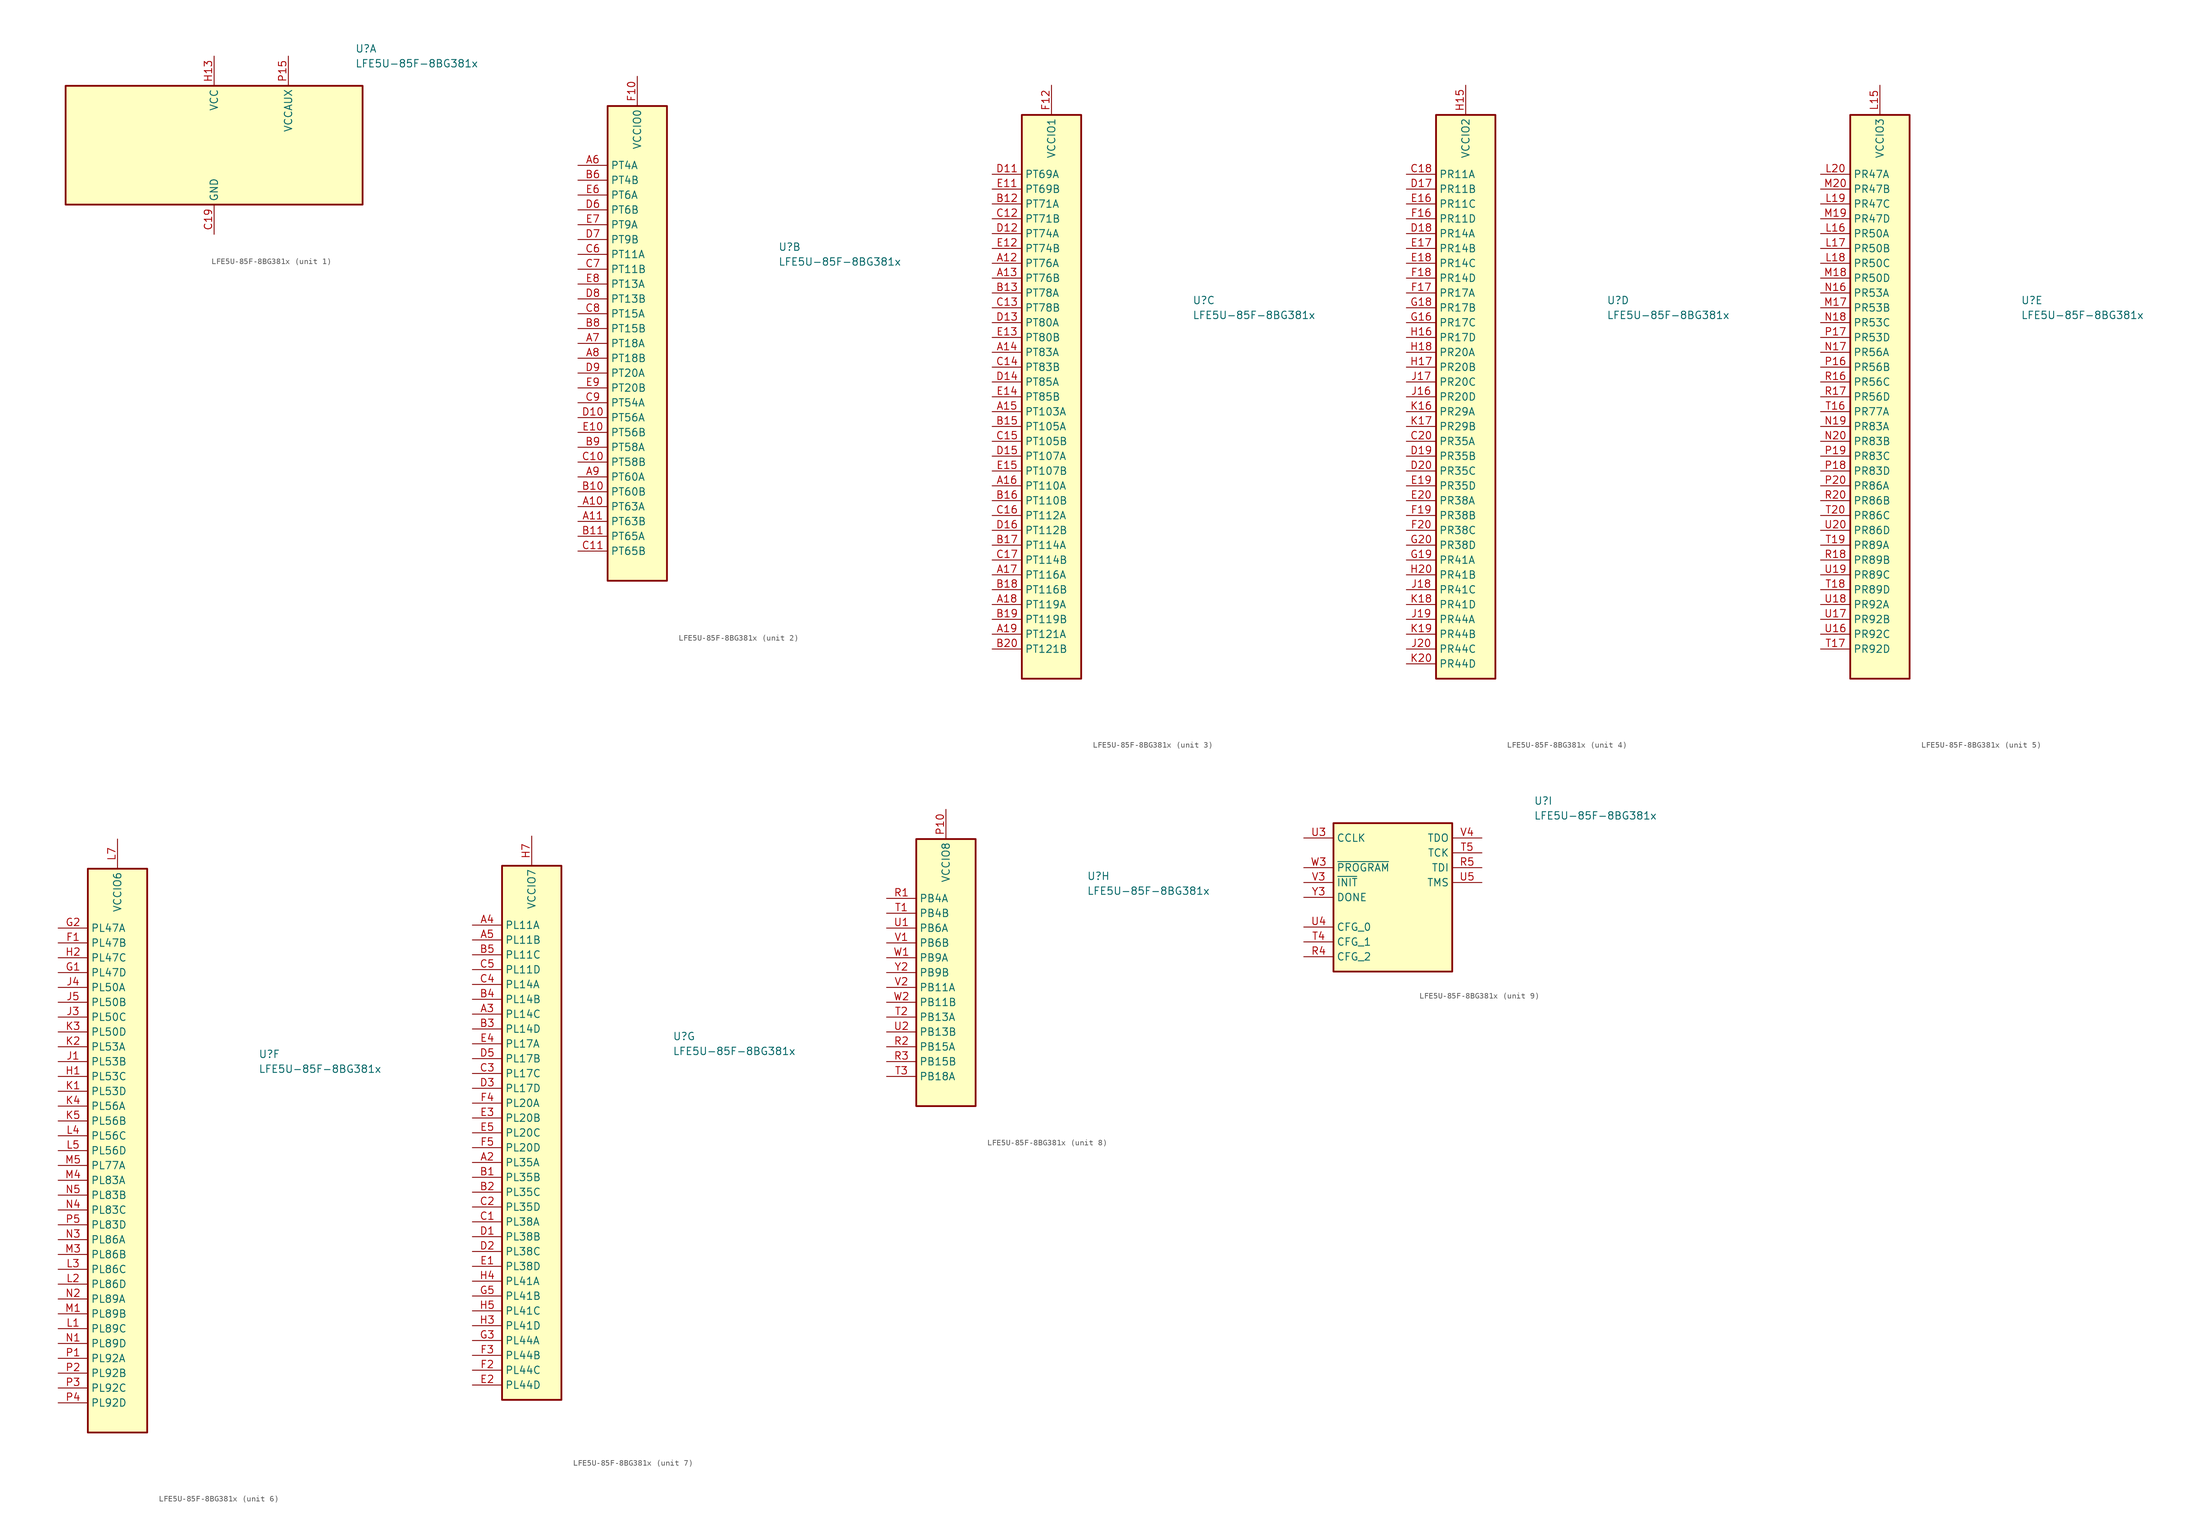
<source format=kicad_sym>
(kicad_symbol_lib
  (version 20241209)
  (generator "kicad_symbol_editor")
  (generator_version "9.0")
  (symbol "LFE5U-85F-8BG381x"
    (property "Reference" "U"
      (at 24.13 16.51 0)
      (effects (font (size 1.27 1.27)) (justify left)))
    (property "Value" "LFE5U-85F-8BG381x"
      (at 24.13 13.97 0)
      (effects (font (size 1.27 1.27)) (justify left)))
    (property "ki_locked" ""
      (at 0 0 0)
      (effects (font (size 1.27 1.27))))
    (symbol "LFE5U-85F-8BG381x_1_1"
      (rectangle (start -25.4 10.16) (end 25.4 -10.16) (stroke (width 0.305) (type default)) (fill (type background)))
      (pin no_connect line (at -25.4 2.54 0) (length 5.08) (hide yes) (name "RESERVED" (effects (font (size 1.27 1.27)))) (number "W4" (effects (font (size 1.27 1.27)))))
      (pin no_connect line (at -25.4 0 0) (length 5.08) (hide yes) (name "RESERVED" (effects (font (size 1.27 1.27)))) (number "W5" (effects (font (size 1.27 1.27)))))
      (pin no_connect line (at -25.4 -2.54 0) (length 5.08) (hide yes) (name "RESERVED" (effects (font (size 1.27 1.27)))) (number "W8" (effects (font (size 1.27 1.27)))))
      (pin no_connect line (at -25.4 -5.08 0) (length 5.08) (hide yes) (name "RESERVED" (effects (font (size 1.27 1.27)))) (number "W9" (effects (font (size 1.27 1.27)))))
      (pin passive line (at 0 15.24 270) (length 5.08) (hide yes) (name "VCC" (effects (font (size 1.27 1.27)))) (number "H10" (effects (font (size 1.27 1.27)))))
      (pin passive line (at 0 15.24 270) (length 5.08) (hide yes) (name "VCC" (effects (font (size 1.27 1.27)))) (number "H11" (effects (font (size 1.27 1.27)))))
      (pin passive line (at 0 15.24 270) (length 5.08) (hide yes) (name "VCC" (effects (font (size 1.27 1.27)))) (number "H12" (effects (font (size 1.27 1.27)))))
      (pin power_in line (at 0 15.24 270) (length 5.08) (name "VCC" (effects (font (size 1.27 1.27)))) (number "H13" (effects (font (size 1.27 1.27)))))
      (pin passive line (at 0 15.24 270) (length 5.08) (hide yes) (name "VCC" (effects (font (size 1.27 1.27)))) (number "H8" (effects (font (size 1.27 1.27)))))
      (pin passive line (at 0 15.24 270) (length 5.08) (hide yes) (name "VCC" (effects (font (size 1.27 1.27)))) (number "H9" (effects (font (size 1.27 1.27)))))
      (pin passive line (at 0 15.24 270) (length 5.08) (hide yes) (name "VCC" (effects (font (size 1.27 1.27)))) (number "J13" (effects (font (size 1.27 1.27)))))
      (pin passive line (at 0 15.24 270) (length 5.08) (hide yes) (name "VCC" (effects (font (size 1.27 1.27)))) (number "J8" (effects (font (size 1.27 1.27)))))
      (pin passive line (at 0 15.24 270) (length 5.08) (hide yes) (name "VCC" (effects (font (size 1.27 1.27)))) (number "K13" (effects (font (size 1.27 1.27)))))
      (pin passive line (at 0 15.24 270) (length 5.08) (hide yes) (name "VCC" (effects (font (size 1.27 1.27)))) (number "K8" (effects (font (size 1.27 1.27)))))
      (pin passive line (at 0 15.24 270) (length 5.08) (hide yes) (name "VCC" (effects (font (size 1.27 1.27)))) (number "L13" (effects (font (size 1.27 1.27)))))
      (pin passive line (at 0 15.24 270) (length 5.08) (hide yes) (name "VCC" (effects (font (size 1.27 1.27)))) (number "L8" (effects (font (size 1.27 1.27)))))
      (pin passive line (at 0 15.24 270) (length 5.08) (hide yes) (name "VCC" (effects (font (size 1.27 1.27)))) (number "M13" (effects (font (size 1.27 1.27)))))
      (pin passive line (at 0 15.24 270) (length 5.08) (hide yes) (name "VCC" (effects (font (size 1.27 1.27)))) (number "M8" (effects (font (size 1.27 1.27)))))
      (pin passive line (at 0 15.24 270) (length 5.08) (hide yes) (name "VCC" (effects (font (size 1.27 1.27)))) (number "N10" (effects (font (size 1.27 1.27)))))
      (pin passive line (at 0 15.24 270) (length 5.08) (hide yes) (name "VCC" (effects (font (size 1.27 1.27)))) (number "N11" (effects (font (size 1.27 1.27)))))
      (pin passive line (at 0 15.24 270) (length 5.08) (hide yes) (name "VCC" (effects (font (size 1.27 1.27)))) (number "N12" (effects (font (size 1.27 1.27)))))
      (pin passive line (at 0 15.24 270) (length 5.08) (hide yes) (name "VCC" (effects (font (size 1.27 1.27)))) (number "N13" (effects (font (size 1.27 1.27)))))
      (pin passive line (at 0 15.24 270) (length 5.08) (hide yes) (name "VCC" (effects (font (size 1.27 1.27)))) (number "N8" (effects (font (size 1.27 1.27)))))
      (pin passive line (at 0 15.24 270) (length 5.08) (hide yes) (name "VCC" (effects (font (size 1.27 1.27)))) (number "N9" (effects (font (size 1.27 1.27)))))
      (pin passive line (at 0 -15.24 90) (length 5.08) (hide yes) (name "GND" (effects (font (size 1.27 1.27)))) (number "B14" (effects (font (size 1.27 1.27)))))
      (pin passive line (at 0 -15.24 90) (length 5.08) (hide yes) (name "GND" (effects (font (size 1.27 1.27)))) (number "B7" (effects (font (size 1.27 1.27)))))
      (pin power_in line (at 0 -15.24 90) (length 5.08) (name "GND" (effects (font (size 1.27 1.27)))) (number "C19" (effects (font (size 1.27 1.27)))))
      (pin passive line (at 0 -15.24 90) (length 5.08) (hide yes) (name "GND" (effects (font (size 1.27 1.27)))) (number "D4" (effects (font (size 1.27 1.27)))))
      (pin passive line (at 0 -15.24 90) (length 5.08) (hide yes) (name "GND" (effects (font (size 1.27 1.27)))) (number "F13" (effects (font (size 1.27 1.27)))))
      (pin passive line (at 0 -15.24 90) (length 5.08) (hide yes) (name "GND" (effects (font (size 1.27 1.27)))) (number "F14" (effects (font (size 1.27 1.27)))))
      (pin passive line (at 0 -15.24 90) (length 5.08) (hide yes) (name "GND" (effects (font (size 1.27 1.27)))) (number "F7" (effects (font (size 1.27 1.27)))))
      (pin passive line (at 0 -15.24 90) (length 5.08) (hide yes) (name "GND" (effects (font (size 1.27 1.27)))) (number "F8" (effects (font (size 1.27 1.27)))))
      (pin passive line (at 0 -15.24 90) (length 5.08) (hide yes) (name "GND" (effects (font (size 1.27 1.27)))) (number "G10" (effects (font (size 1.27 1.27)))))
      (pin passive line (at 0 -15.24 90) (length 5.08) (hide yes) (name "GND" (effects (font (size 1.27 1.27)))) (number "G11" (effects (font (size 1.27 1.27)))))
      (pin passive line (at 0 -15.24 90) (length 5.08) (hide yes) (name "GND" (effects (font (size 1.27 1.27)))) (number "G12" (effects (font (size 1.27 1.27)))))
      (pin passive line (at 0 -15.24 90) (length 5.08) (hide yes) (name "GND" (effects (font (size 1.27 1.27)))) (number "G13" (effects (font (size 1.27 1.27)))))
      (pin passive line (at 0 -15.24 90) (length 5.08) (hide yes) (name "GND" (effects (font (size 1.27 1.27)))) (number "G14" (effects (font (size 1.27 1.27)))))
      (pin passive line (at 0 -15.24 90) (length 5.08) (hide yes) (name "GND" (effects (font (size 1.27 1.27)))) (number "G15" (effects (font (size 1.27 1.27)))))
      (pin passive line (at 0 -15.24 90) (length 5.08) (hide yes) (name "GND" (effects (font (size 1.27 1.27)))) (number "G17" (effects (font (size 1.27 1.27)))))
      (pin passive line (at 0 -15.24 90) (length 5.08) (hide yes) (name "GND" (effects (font (size 1.27 1.27)))) (number "G4" (effects (font (size 1.27 1.27)))))
      (pin passive line (at 0 -15.24 90) (length 5.08) (hide yes) (name "GND" (effects (font (size 1.27 1.27)))) (number "G6" (effects (font (size 1.27 1.27)))))
      (pin passive line (at 0 -15.24 90) (length 5.08) (hide yes) (name "GND" (effects (font (size 1.27 1.27)))) (number "G7" (effects (font (size 1.27 1.27)))))
      (pin passive line (at 0 -15.24 90) (length 5.08) (hide yes) (name "GND" (effects (font (size 1.27 1.27)))) (number "G8" (effects (font (size 1.27 1.27)))))
      (pin passive line (at 0 -15.24 90) (length 5.08) (hide yes) (name "GND" (effects (font (size 1.27 1.27)))) (number "G9" (effects (font (size 1.27 1.27)))))
      (pin passive line (at 0 -15.24 90) (length 5.08) (hide yes) (name "GND" (effects (font (size 1.27 1.27)))) (number "H19" (effects (font (size 1.27 1.27)))))
      (pin passive line (at 0 -15.24 90) (length 5.08) (hide yes) (name "GND" (effects (font (size 1.27 1.27)))) (number "J10" (effects (font (size 1.27 1.27)))))
      (pin passive line (at 0 -15.24 90) (length 5.08) (hide yes) (name "GND" (effects (font (size 1.27 1.27)))) (number "J11" (effects (font (size 1.27 1.27)))))
      (pin passive line (at 0 -15.24 90) (length 5.08) (hide yes) (name "GND" (effects (font (size 1.27 1.27)))) (number "J12" (effects (font (size 1.27 1.27)))))
      (pin passive line (at 0 -15.24 90) (length 5.08) (hide yes) (name "GND" (effects (font (size 1.27 1.27)))) (number "J14" (effects (font (size 1.27 1.27)))))
      (pin passive line (at 0 -15.24 90) (length 5.08) (hide yes) (name "GND" (effects (font (size 1.27 1.27)))) (number "J2" (effects (font (size 1.27 1.27)))))
      (pin passive line (at 0 -15.24 90) (length 5.08) (hide yes) (name "GND" (effects (font (size 1.27 1.27)))) (number "J7" (effects (font (size 1.27 1.27)))))
      (pin passive line (at 0 -15.24 90) (length 5.08) (hide yes) (name "GND" (effects (font (size 1.27 1.27)))) (number "J9" (effects (font (size 1.27 1.27)))))
      (pin passive line (at 0 -15.24 90) (length 5.08) (hide yes) (name "GND" (effects (font (size 1.27 1.27)))) (number "K10" (effects (font (size 1.27 1.27)))))
      (pin passive line (at 0 -15.24 90) (length 5.08) (hide yes) (name "GND" (effects (font (size 1.27 1.27)))) (number "K11" (effects (font (size 1.27 1.27)))))
      (pin passive line (at 0 -15.24 90) (length 5.08) (hide yes) (name "GND" (effects (font (size 1.27 1.27)))) (number "K12" (effects (font (size 1.27 1.27)))))
      (pin passive line (at 0 -15.24 90) (length 5.08) (hide yes) (name "GND" (effects (font (size 1.27 1.27)))) (number "K14" (effects (font (size 1.27 1.27)))))
      (pin passive line (at 0 -15.24 90) (length 5.08) (hide yes) (name "GND" (effects (font (size 1.27 1.27)))) (number "K15" (effects (font (size 1.27 1.27)))))
      (pin passive line (at 0 -15.24 90) (length 5.08) (hide yes) (name "GND" (effects (font (size 1.27 1.27)))) (number "K6" (effects (font (size 1.27 1.27)))))
      (pin passive line (at 0 -15.24 90) (length 5.08) (hide yes) (name "GND" (effects (font (size 1.27 1.27)))) (number "K7" (effects (font (size 1.27 1.27)))))
      (pin passive line (at 0 -15.24 90) (length 5.08) (hide yes) (name "GND" (effects (font (size 1.27 1.27)))) (number "K9" (effects (font (size 1.27 1.27)))))
      (pin passive line (at 0 -15.24 90) (length 5.08) (hide yes) (name "GND" (effects (font (size 1.27 1.27)))) (number "L10" (effects (font (size 1.27 1.27)))))
      (pin passive line (at 0 -15.24 90) (length 5.08) (hide yes) (name "GND" (effects (font (size 1.27 1.27)))) (number "L11" (effects (font (size 1.27 1.27)))))
      (pin passive line (at 0 -15.24 90) (length 5.08) (hide yes) (name "GND" (effects (font (size 1.27 1.27)))) (number "L12" (effects (font (size 1.27 1.27)))))
      (pin passive line (at 0 -15.24 90) (length 5.08) (hide yes) (name "GND" (effects (font (size 1.27 1.27)))) (number "L9" (effects (font (size 1.27 1.27)))))
      (pin passive line (at 0 -15.24 90) (length 5.08) (hide yes) (name "GND" (effects (font (size 1.27 1.27)))) (number "M10" (effects (font (size 1.27 1.27)))))
      (pin passive line (at 0 -15.24 90) (length 5.08) (hide yes) (name "GND" (effects (font (size 1.27 1.27)))) (number "M11" (effects (font (size 1.27 1.27)))))
      (pin passive line (at 0 -15.24 90) (length 5.08) (hide yes) (name "GND" (effects (font (size 1.27 1.27)))) (number "M12" (effects (font (size 1.27 1.27)))))
      (pin passive line (at 0 -15.24 90) (length 5.08) (hide yes) (name "GND" (effects (font (size 1.27 1.27)))) (number "M14" (effects (font (size 1.27 1.27)))))
      (pin passive line (at 0 -15.24 90) (length 5.08) (hide yes) (name "GND" (effects (font (size 1.27 1.27)))) (number "M16" (effects (font (size 1.27 1.27)))))
      (pin passive line (at 0 -15.24 90) (length 5.08) (hide yes) (name "GND" (effects (font (size 1.27 1.27)))) (number "M2" (effects (font (size 1.27 1.27)))))
      (pin passive line (at 0 -15.24 90) (length 5.08) (hide yes) (name "GND" (effects (font (size 1.27 1.27)))) (number "M7" (effects (font (size 1.27 1.27)))))
      (pin passive line (at 0 -15.24 90) (length 5.08) (hide yes) (name "GND" (effects (font (size 1.27 1.27)))) (number "M9" (effects (font (size 1.27 1.27)))))
      (pin passive line (at 0 -15.24 90) (length 5.08) (hide yes) (name "GND" (effects (font (size 1.27 1.27)))) (number "N14" (effects (font (size 1.27 1.27)))))
      (pin passive line (at 0 -15.24 90) (length 5.08) (hide yes) (name "GND" (effects (font (size 1.27 1.27)))) (number "N15" (effects (font (size 1.27 1.27)))))
      (pin passive line (at 0 -15.24 90) (length 5.08) (hide yes) (name "GND" (effects (font (size 1.27 1.27)))) (number "N6" (effects (font (size 1.27 1.27)))))
      (pin passive line (at 0 -15.24 90) (length 5.08) (hide yes) (name "GND" (effects (font (size 1.27 1.27)))) (number "N7" (effects (font (size 1.27 1.27)))))
      (pin passive line (at 0 -15.24 90) (length 5.08) (hide yes) (name "GND" (effects (font (size 1.27 1.27)))) (number "P11" (effects (font (size 1.27 1.27)))))
      (pin passive line (at 0 -15.24 90) (length 5.08) (hide yes) (name "GND" (effects (font (size 1.27 1.27)))) (number "P12" (effects (font (size 1.27 1.27)))))
      (pin passive line (at 0 -15.24 90) (length 5.08) (hide yes) (name "GND" (effects (font (size 1.27 1.27)))) (number "P13" (effects (font (size 1.27 1.27)))))
      (pin passive line (at 0 -15.24 90) (length 5.08) (hide yes) (name "GND" (effects (font (size 1.27 1.27)))) (number "P14" (effects (font (size 1.27 1.27)))))
      (pin passive line (at 0 -15.24 90) (length 5.08) (hide yes) (name "GND" (effects (font (size 1.27 1.27)))) (number "P7" (effects (font (size 1.27 1.27)))))
      (pin passive line (at 0 -15.24 90) (length 5.08) (hide yes) (name "GND" (effects (font (size 1.27 1.27)))) (number "P8" (effects (font (size 1.27 1.27)))))
      (pin passive line (at 0 -15.24 90) (length 5.08) (hide yes) (name "GND" (effects (font (size 1.27 1.27)))) (number "R19" (effects (font (size 1.27 1.27)))))
      (pin passive line (at 0 -15.24 90) (length 5.08) (hide yes) (name "GND" (effects (font (size 1.27 1.27)))) (number "T10" (effects (font (size 1.27 1.27)))))
      (pin passive line (at 0 -15.24 90) (length 5.08) (hide yes) (name "GND" (effects (font (size 1.27 1.27)))) (number "T11" (effects (font (size 1.27 1.27)))))
      (pin passive line (at 0 -15.24 90) (length 5.08) (hide yes) (name "GND" (effects (font (size 1.27 1.27)))) (number "T12" (effects (font (size 1.27 1.27)))))
      (pin passive line (at 0 -15.24 90) (length 5.08) (hide yes) (name "GND" (effects (font (size 1.27 1.27)))) (number "T13" (effects (font (size 1.27 1.27)))))
      (pin passive line (at 0 -15.24 90) (length 5.08) (hide yes) (name "GND" (effects (font (size 1.27 1.27)))) (number "T14" (effects (font (size 1.27 1.27)))))
      (pin passive line (at 0 -15.24 90) (length 5.08) (hide yes) (name "GND" (effects (font (size 1.27 1.27)))) (number "T15" (effects (font (size 1.27 1.27)))))
      (pin passive line (at 0 -15.24 90) (length 5.08) (hide yes) (name "GND" (effects (font (size 1.27 1.27)))) (number "T6" (effects (font (size 1.27 1.27)))))
      (pin passive line (at 0 -15.24 90) (length 5.08) (hide yes) (name "GND" (effects (font (size 1.27 1.27)))) (number "T7" (effects (font (size 1.27 1.27)))))
      (pin passive line (at 0 -15.24 90) (length 5.08) (hide yes) (name "GND" (effects (font (size 1.27 1.27)))) (number "T8" (effects (font (size 1.27 1.27)))))
      (pin passive line (at 0 -15.24 90) (length 5.08) (hide yes) (name "GND" (effects (font (size 1.27 1.27)))) (number "T9" (effects (font (size 1.27 1.27)))))
      (pin passive line (at 0 -15.24 90) (length 5.08) (hide yes) (name "GND" (effects (font (size 1.27 1.27)))) (number "U10" (effects (font (size 1.27 1.27)))))
      (pin passive line (at 0 -15.24 90) (length 5.08) (hide yes) (name "GND" (effects (font (size 1.27 1.27)))) (number "U11" (effects (font (size 1.27 1.27)))))
      (pin passive line (at 0 -15.24 90) (length 5.08) (hide yes) (name "GND" (effects (font (size 1.27 1.27)))) (number "U12" (effects (font (size 1.27 1.27)))))
      (pin passive line (at 0 -15.24 90) (length 5.08) (hide yes) (name "GND" (effects (font (size 1.27 1.27)))) (number "U13" (effects (font (size 1.27 1.27)))))
      (pin passive line (at 0 -15.24 90) (length 5.08) (hide yes) (name "GND" (effects (font (size 1.27 1.27)))) (number "U14" (effects (font (size 1.27 1.27)))))
      (pin passive line (at 0 -15.24 90) (length 5.08) (hide yes) (name "GND" (effects (font (size 1.27 1.27)))) (number "U15" (effects (font (size 1.27 1.27)))))
      (pin passive line (at 0 -15.24 90) (length 5.08) (hide yes) (name "GND" (effects (font (size 1.27 1.27)))) (number "U6" (effects (font (size 1.27 1.27)))))
      (pin passive line (at 0 -15.24 90) (length 5.08) (hide yes) (name "GND" (effects (font (size 1.27 1.27)))) (number "U7" (effects (font (size 1.27 1.27)))))
      (pin passive line (at 0 -15.24 90) (length 5.08) (hide yes) (name "GND" (effects (font (size 1.27 1.27)))) (number "U8" (effects (font (size 1.27 1.27)))))
      (pin passive line (at 0 -15.24 90) (length 5.08) (hide yes) (name "GND" (effects (font (size 1.27 1.27)))) (number "U9" (effects (font (size 1.27 1.27)))))
      (pin passive line (at 0 -15.24 90) (length 5.08) (hide yes) (name "GND" (effects (font (size 1.27 1.27)))) (number "V10" (effects (font (size 1.27 1.27)))))
      (pin passive line (at 0 -15.24 90) (length 5.08) (hide yes) (name "GND" (effects (font (size 1.27 1.27)))) (number "V11" (effects (font (size 1.27 1.27)))))
      (pin passive line (at 0 -15.24 90) (length 5.08) (hide yes) (name "GND" (effects (font (size 1.27 1.27)))) (number "V12" (effects (font (size 1.27 1.27)))))
      (pin passive line (at 0 -15.24 90) (length 5.08) (hide yes) (name "GND" (effects (font (size 1.27 1.27)))) (number "V13" (effects (font (size 1.27 1.27)))))
      (pin passive line (at 0 -15.24 90) (length 5.08) (hide yes) (name "GND" (effects (font (size 1.27 1.27)))) (number "V14" (effects (font (size 1.27 1.27)))))
      (pin passive line (at 0 -15.24 90) (length 5.08) (hide yes) (name "GND" (effects (font (size 1.27 1.27)))) (number "V15" (effects (font (size 1.27 1.27)))))
      (pin passive line (at 0 -15.24 90) (length 5.08) (hide yes) (name "GND" (effects (font (size 1.27 1.27)))) (number "V16" (effects (font (size 1.27 1.27)))))
      (pin passive line (at 0 -15.24 90) (length 5.08) (hide yes) (name "GND" (effects (font (size 1.27 1.27)))) (number "V17" (effects (font (size 1.27 1.27)))))
      (pin passive line (at 0 -15.24 90) (length 5.08) (hide yes) (name "GND" (effects (font (size 1.27 1.27)))) (number "V18" (effects (font (size 1.27 1.27)))))
      (pin passive line (at 0 -15.24 90) (length 5.08) (hide yes) (name "GND" (effects (font (size 1.27 1.27)))) (number "V19" (effects (font (size 1.27 1.27)))))
      (pin passive line (at 0 -15.24 90) (length 5.08) (hide yes) (name "GND" (effects (font (size 1.27 1.27)))) (number "V20" (effects (font (size 1.27 1.27)))))
      (pin passive line (at 0 -15.24 90) (length 5.08) (hide yes) (name "GND" (effects (font (size 1.27 1.27)))) (number "V5" (effects (font (size 1.27 1.27)))))
      (pin passive line (at 0 -15.24 90) (length 5.08) (hide yes) (name "GND" (effects (font (size 1.27 1.27)))) (number "V6" (effects (font (size 1.27 1.27)))))
      (pin passive line (at 0 -15.24 90) (length 5.08) (hide yes) (name "GND" (effects (font (size 1.27 1.27)))) (number "V7" (effects (font (size 1.27 1.27)))))
      (pin passive line (at 0 -15.24 90) (length 5.08) (hide yes) (name "GND" (effects (font (size 1.27 1.27)))) (number "V8" (effects (font (size 1.27 1.27)))))
      (pin passive line (at 0 -15.24 90) (length 5.08) (hide yes) (name "GND" (effects (font (size 1.27 1.27)))) (number "V9" (effects (font (size 1.27 1.27)))))
      (pin passive line (at 0 -15.24 90) (length 5.08) (hide yes) (name "GND" (effects (font (size 1.27 1.27)))) (number "W12" (effects (font (size 1.27 1.27)))))
      (pin passive line (at 0 -15.24 90) (length 5.08) (hide yes) (name "GND" (effects (font (size 1.27 1.27)))) (number "W15" (effects (font (size 1.27 1.27)))))
      (pin passive line (at 0 -15.24 90) (length 5.08) (hide yes) (name "GND" (effects (font (size 1.27 1.27)))) (number "W16" (effects (font (size 1.27 1.27)))))
      (pin passive line (at 0 -15.24 90) (length 5.08) (hide yes) (name "GND" (effects (font (size 1.27 1.27)))) (number "W19" (effects (font (size 1.27 1.27)))))
      (pin passive line (at 0 -15.24 90) (length 5.08) (hide yes) (name "GND" (effects (font (size 1.27 1.27)))) (number "W20" (effects (font (size 1.27 1.27)))))
      (pin passive line (at 0 -15.24 90) (length 5.08) (hide yes) (name "GND" (effects (font (size 1.27 1.27)))) (number "W6" (effects (font (size 1.27 1.27)))))
      (pin passive line (at 0 -15.24 90) (length 5.08) (hide yes) (name "GND" (effects (font (size 1.27 1.27)))) (number "W7" (effects (font (size 1.27 1.27)))))
      (pin passive line (at 0 -15.24 90) (length 5.08) (hide yes) (name "GND" (effects (font (size 1.27 1.27)))) (number "Y11" (effects (font (size 1.27 1.27)))))
      (pin passive line (at 0 -15.24 90) (length 5.08) (hide yes) (name "GND" (effects (font (size 1.27 1.27)))) (number "Y12" (effects (font (size 1.27 1.27)))))
      (pin passive line (at 0 -15.24 90) (length 5.08) (hide yes) (name "GND" (effects (font (size 1.27 1.27)))) (number "Y14" (effects (font (size 1.27 1.27)))))
      (pin passive line (at 0 -15.24 90) (length 5.08) (hide yes) (name "GND" (effects (font (size 1.27 1.27)))) (number "Y15" (effects (font (size 1.27 1.27)))))
      (pin passive line (at 0 -15.24 90) (length 5.08) (hide yes) (name "GND" (effects (font (size 1.27 1.27)))) (number "Y16" (effects (font (size 1.27 1.27)))))
      (pin passive line (at 0 -15.24 90) (length 5.08) (hide yes) (name "GND" (effects (font (size 1.27 1.27)))) (number "Y17" (effects (font (size 1.27 1.27)))))
      (pin passive line (at 0 -15.24 90) (length 5.08) (hide yes) (name "GND" (effects (font (size 1.27 1.27)))) (number "Y19" (effects (font (size 1.27 1.27)))))
      (pin passive line (at 0 -15.24 90) (length 5.08) (hide yes) (name "GND" (effects (font (size 1.27 1.27)))) (number "Y5" (effects (font (size 1.27 1.27)))))
      (pin passive line (at 0 -15.24 90) (length 5.08) (hide yes) (name "GND" (effects (font (size 1.27 1.27)))) (number "Y6" (effects (font (size 1.27 1.27)))))
      (pin passive line (at 0 -15.24 90) (length 5.08) (hide yes) (name "GND" (effects (font (size 1.27 1.27)))) (number "Y7" (effects (font (size 1.27 1.27)))))
      (pin passive line (at 0 -15.24 90) (length 5.08) (hide yes) (name "GND" (effects (font (size 1.27 1.27)))) (number "Y8" (effects (font (size 1.27 1.27)))))
      (pin passive line (at 12.7 15.24 270) (length 5.08) (hide yes) (name "VCCAUX" (effects (font (size 1.27 1.27)))) (number "F15" (effects (font (size 1.27 1.27)))))
      (pin passive line (at 12.7 15.24 270) (length 5.08) (hide yes) (name "VCCAUX" (effects (font (size 1.27 1.27)))) (number "F6" (effects (font (size 1.27 1.27)))))
      (pin power_in line (at 12.7 15.24 270) (length 5.08) (name "VCCAUX" (effects (font (size 1.27 1.27)))) (number "P15" (effects (font (size 1.27 1.27)))))
      (pin passive line (at 12.7 15.24 270) (length 5.08) (hide yes) (name "VCCAUX" (effects (font (size 1.27 1.27)))) (number "P6" (effects (font (size 1.27 1.27)))))
      (pin no_connect line (at 25.4 2.54 180) (length 5.08) (hide yes) (name "RESERVED" (effects (font (size 1.27 1.27)))) (number "W18" (effects (font (size 1.27 1.27)))))
      (pin no_connect line (at 25.4 0 180) (length 5.08) (hide yes) (name "RESERVED" (effects (font (size 1.27 1.27)))) (number "W17" (effects (font (size 1.27 1.27)))))
      (pin no_connect line (at 25.4 -2.54 180) (length 5.08) (hide yes) (name "RESERVED" (effects (font (size 1.27 1.27)))) (number "W14" (effects (font (size 1.27 1.27)))))
      (pin no_connect line (at 25.4 -5.08 180) (length 5.08) (hide yes) (name "RESERVED" (effects (font (size 1.27 1.27)))) (number "W13" (effects (font (size 1.27 1.27))))))
    (symbol "LFE5U-85F-8BG381x_2_1"
      (rectangle (start -5.08 40.64) (end 5.08 -40.64) (stroke (width 0.305) (type default)) (fill (type background)))
      (pin bidirectional line (at -10.16 30.48 0) (length 5.08) (name "PT4A" (effects (font (size 1.27 1.27)))) (number "A6" (effects (font (size 1.27 1.27)))))
      (pin bidirectional line (at -10.16 27.94 0) (length 5.08) (name "PT4B" (effects (font (size 1.27 1.27)))) (number "B6" (effects (font (size 1.27 1.27)))))
      (pin bidirectional line (at -10.16 25.4 0) (length 5.08) (name "PT6A" (effects (font (size 1.27 1.27)))) (number "E6" (effects (font (size 1.27 1.27)))))
      (pin bidirectional line (at -10.16 22.86 0) (length 5.08) (name "PT6B" (effects (font (size 1.27 1.27)))) (number "D6" (effects (font (size 1.27 1.27)))))
      (pin bidirectional line (at -10.16 20.32 0) (length 5.08) (name "PT9A" (effects (font (size 1.27 1.27)))) (number "E7" (effects (font (size 1.27 1.27)))))
      (pin bidirectional line (at -10.16 17.78 0) (length 5.08) (name "PT9B" (effects (font (size 1.27 1.27)))) (number "D7" (effects (font (size 1.27 1.27)))))
      (pin bidirectional line (at -10.16 15.24 0) (length 5.08) (name "PT11A" (effects (font (size 1.27 1.27)))) (number "C6" (effects (font (size 1.27 1.27)))))
      (pin bidirectional line (at -10.16 12.7 0) (length 5.08) (name "PT11B" (effects (font (size 1.27 1.27)))) (number "C7" (effects (font (size 1.27 1.27)))))
      (pin bidirectional line (at -10.16 10.16 0) (length 5.08) (name "PT13A" (effects (font (size 1.27 1.27)))) (number "E8" (effects (font (size 1.27 1.27)))))
      (pin bidirectional line (at -10.16 7.62 0) (length 5.08) (name "PT13B" (effects (font (size 1.27 1.27)))) (number "D8" (effects (font (size 1.27 1.27)))))
      (pin bidirectional line (at -10.16 5.08 0) (length 5.08) (name "PT15A" (effects (font (size 1.27 1.27)))) (number "C8" (effects (font (size 1.27 1.27)))))
      (pin bidirectional line (at -10.16 2.54 0) (length 5.08) (name "PT15B" (effects (font (size 1.27 1.27)))) (number "B8" (effects (font (size 1.27 1.27)))))
      (pin bidirectional line (at -10.16 0 0) (length 5.08) (name "PT18A" (effects (font (size 1.27 1.27)))) (number "A7" (effects (font (size 1.27 1.27)))))
      (pin bidirectional line (at -10.16 -2.54 0) (length 5.08) (name "PT18B" (effects (font (size 1.27 1.27)))) (number "A8" (effects (font (size 1.27 1.27)))))
      (pin bidirectional line (at -10.16 -5.08 0) (length 5.08) (name "PT20A" (effects (font (size 1.27 1.27)))) (number "D9" (effects (font (size 1.27 1.27)))))
      (pin bidirectional line (at -10.16 -7.62 0) (length 5.08) (name "PT20B" (effects (font (size 1.27 1.27)))) (number "E9" (effects (font (size 1.27 1.27)))))
      (pin bidirectional line (at -10.16 -10.16 0) (length 5.08) (name "PT54A" (effects (font (size 1.27 1.27)))) (number "C9" (effects (font (size 1.27 1.27)))))
      (pin bidirectional line (at -10.16 -12.7 0) (length 5.08) (name "PT56A" (effects (font (size 1.27 1.27)))) (number "D10" (effects (font (size 1.27 1.27)))))
      (pin bidirectional line (at -10.16 -15.24 0) (length 5.08) (name "PT56B" (effects (font (size 1.27 1.27)))) (number "E10" (effects (font (size 1.27 1.27)))))
      (pin bidirectional line (at -10.16 -17.78 0) (length 5.08) (name "PT58A" (effects (font (size 1.27 1.27)))) (number "B9" (effects (font (size 1.27 1.27)))))
      (pin bidirectional line (at -10.16 -20.32 0) (length 5.08) (name "PT58B" (effects (font (size 1.27 1.27)))) (number "C10" (effects (font (size 1.27 1.27)))))
      (pin bidirectional line (at -10.16 -22.86 0) (length 5.08) (name "PT60A" (effects (font (size 1.27 1.27)))) (number "A9" (effects (font (size 1.27 1.27)))))
      (pin bidirectional line (at -10.16 -25.4 0) (length 5.08) (name "PT60B" (effects (font (size 1.27 1.27)))) (number "B10" (effects (font (size 1.27 1.27)))))
      (pin bidirectional line (at -10.16 -27.94 0) (length 5.08) (name "PT63A" (effects (font (size 1.27 1.27)))) (number "A10" (effects (font (size 1.27 1.27)))))
      (pin bidirectional line (at -10.16 -30.48 0) (length 5.08) (name "PT63B" (effects (font (size 1.27 1.27)))) (number "A11" (effects (font (size 1.27 1.27)))))
      (pin bidirectional line (at -10.16 -33.02 0) (length 5.08) (name "PT65A" (effects (font (size 1.27 1.27)))) (number "B11" (effects (font (size 1.27 1.27)))))
      (pin bidirectional line (at -10.16 -35.56 0) (length 5.08) (name "PT65B" (effects (font (size 1.27 1.27)))) (number "C11" (effects (font (size 1.27 1.27)))))
      (pin power_in line (at 0 45.72 270) (length 5.08) (name "VCCIO0" (effects (font (size 1.27 1.27)))) (number "F10" (effects (font (size 1.27 1.27)))))
      (pin passive line (at 0 45.72 270) (length 5.08) (hide yes) (name "VCCIO0" (effects (font (size 1.27 1.27)))) (number "F9" (effects (font (size 1.27 1.27))))))
    (symbol "LFE5U-85F-8BG381x_3_1"
      (rectangle (start -5.08 48.26) (end 5.08 -48.26) (stroke (width 0.305) (type default)) (fill (type background)))
      (pin bidirectional line (at -10.16 38.1 0) (length 5.08) (name "PT69A" (effects (font (size 1.27 1.27)))) (number "D11" (effects (font (size 1.27 1.27)))))
      (pin bidirectional line (at -10.16 35.56 0) (length 5.08) (name "PT69B" (effects (font (size 1.27 1.27)))) (number "E11" (effects (font (size 1.27 1.27)))))
      (pin bidirectional line (at -10.16 33.02 0) (length 5.08) (name "PT71A" (effects (font (size 1.27 1.27)))) (number "B12" (effects (font (size 1.27 1.27)))))
      (pin bidirectional line (at -10.16 30.48 0) (length 5.08) (name "PT71B" (effects (font (size 1.27 1.27)))) (number "C12" (effects (font (size 1.27 1.27)))))
      (pin bidirectional line (at -10.16 27.94 0) (length 5.08) (name "PT74A" (effects (font (size 1.27 1.27)))) (number "D12" (effects (font (size 1.27 1.27)))))
      (pin bidirectional line (at -10.16 25.4 0) (length 5.08) (name "PT74B" (effects (font (size 1.27 1.27)))) (number "E12" (effects (font (size 1.27 1.27)))))
      (pin bidirectional line (at -10.16 22.86 0) (length 5.08) (name "PT76A" (effects (font (size 1.27 1.27)))) (number "A12" (effects (font (size 1.27 1.27)))))
      (pin bidirectional line (at -10.16 20.32 0) (length 5.08) (name "PT76B" (effects (font (size 1.27 1.27)))) (number "A13" (effects (font (size 1.27 1.27)))))
      (pin bidirectional line (at -10.16 17.78 0) (length 5.08) (name "PT78A" (effects (font (size 1.27 1.27)))) (number "B13" (effects (font (size 1.27 1.27)))))
      (pin bidirectional line (at -10.16 15.24 0) (length 5.08) (name "PT78B" (effects (font (size 1.27 1.27)))) (number "C13" (effects (font (size 1.27 1.27)))))
      (pin bidirectional line (at -10.16 12.7 0) (length 5.08) (name "PT80A" (effects (font (size 1.27 1.27)))) (number "D13" (effects (font (size 1.27 1.27)))))
      (pin bidirectional line (at -10.16 10.16 0) (length 5.08) (name "PT80B" (effects (font (size 1.27 1.27)))) (number "E13" (effects (font (size 1.27 1.27)))))
      (pin bidirectional line (at -10.16 7.62 0) (length 5.08) (name "PT83A" (effects (font (size 1.27 1.27)))) (number "A14" (effects (font (size 1.27 1.27)))))
      (pin bidirectional line (at -10.16 5.08 0) (length 5.08) (name "PT83B" (effects (font (size 1.27 1.27)))) (number "C14" (effects (font (size 1.27 1.27)))))
      (pin bidirectional line (at -10.16 2.54 0) (length 5.08) (name "PT85A" (effects (font (size 1.27 1.27)))) (number "D14" (effects (font (size 1.27 1.27)))))
      (pin bidirectional line (at -10.16 0 0) (length 5.08) (name "PT85B" (effects (font (size 1.27 1.27)))) (number "E14" (effects (font (size 1.27 1.27)))))
      (pin bidirectional line (at -10.16 -2.54 0) (length 5.08) (name "PT103A" (effects (font (size 1.27 1.27)))) (number "A15" (effects (font (size 1.27 1.27)))))
      (pin bidirectional line (at -10.16 -5.08 0) (length 5.08) (name "PT105A" (effects (font (size 1.27 1.27)))) (number "B15" (effects (font (size 1.27 1.27)))))
      (pin bidirectional line (at -10.16 -7.62 0) (length 5.08) (name "PT105B" (effects (font (size 1.27 1.27)))) (number "C15" (effects (font (size 1.27 1.27)))))
      (pin bidirectional line (at -10.16 -10.16 0) (length 5.08) (name "PT107A" (effects (font (size 1.27 1.27)))) (number "D15" (effects (font (size 1.27 1.27)))))
      (pin bidirectional line (at -10.16 -12.7 0) (length 5.08) (name "PT107B" (effects (font (size 1.27 1.27)))) (number "E15" (effects (font (size 1.27 1.27)))))
      (pin bidirectional line (at -10.16 -15.24 0) (length 5.08) (name "PT110A" (effects (font (size 1.27 1.27)))) (number "A16" (effects (font (size 1.27 1.27)))))
      (pin bidirectional line (at -10.16 -17.78 0) (length 5.08) (name "PT110B" (effects (font (size 1.27 1.27)))) (number "B16" (effects (font (size 1.27 1.27)))))
      (pin bidirectional line (at -10.16 -20.32 0) (length 5.08) (name "PT112A" (effects (font (size 1.27 1.27)))) (number "C16" (effects (font (size 1.27 1.27)))))
      (pin bidirectional line (at -10.16 -22.86 0) (length 5.08) (name "PT112B" (effects (font (size 1.27 1.27)))) (number "D16" (effects (font (size 1.27 1.27)))))
      (pin bidirectional line (at -10.16 -25.4 0) (length 5.08) (name "PT114A" (effects (font (size 1.27 1.27)))) (number "B17" (effects (font (size 1.27 1.27)))))
      (pin bidirectional line (at -10.16 -27.94 0) (length 5.08) (name "PT114B" (effects (font (size 1.27 1.27)))) (number "C17" (effects (font (size 1.27 1.27)))))
      (pin bidirectional line (at -10.16 -30.48 0) (length 5.08) (name "PT116A" (effects (font (size 1.27 1.27)))) (number "A17" (effects (font (size 1.27 1.27)))))
      (pin bidirectional line (at -10.16 -33.02 0) (length 5.08) (name "PT116B" (effects (font (size 1.27 1.27)))) (number "B18" (effects (font (size 1.27 1.27)))))
      (pin bidirectional line (at -10.16 -35.56 0) (length 5.08) (name "PT119A" (effects (font (size 1.27 1.27)))) (number "A18" (effects (font (size 1.27 1.27)))))
      (pin bidirectional line (at -10.16 -38.1 0) (length 5.08) (name "PT119B" (effects (font (size 1.27 1.27)))) (number "B19" (effects (font (size 1.27 1.27)))))
      (pin bidirectional line (at -10.16 -40.64 0) (length 5.08) (name "PT121A" (effects (font (size 1.27 1.27)))) (number "A19" (effects (font (size 1.27 1.27)))))
      (pin bidirectional line (at -10.16 -43.18 0) (length 5.08) (name "PT121B" (effects (font (size 1.27 1.27)))) (number "B20" (effects (font (size 1.27 1.27)))))
      (pin passive line (at 0 53.34 270) (length 5.08) (hide yes) (name "VCCIO1" (effects (font (size 1.27 1.27)))) (number "F11" (effects (font (size 1.27 1.27)))))
      (pin power_in line (at 0 53.34 270) (length 5.08) (name "VCCIO1" (effects (font (size 1.27 1.27)))) (number "F12" (effects (font (size 1.27 1.27))))))
    (symbol "LFE5U-85F-8BG381x_4_1"
      (rectangle (start -5.08 48.26) (end 5.08 -48.26) (stroke (width 0.305) (type default)) (fill (type background)))
      (pin bidirectional line (at -10.16 38.1 0) (length 5.08) (name "PR11A" (effects (font (size 1.27 1.27)))) (number "C18" (effects (font (size 1.27 1.27)))))
      (pin bidirectional line (at -10.16 35.56 0) (length 5.08) (name "PR11B" (effects (font (size 1.27 1.27)))) (number "D17" (effects (font (size 1.27 1.27)))))
      (pin bidirectional line (at -10.16 33.02 0) (length 5.08) (name "PR11C" (effects (font (size 1.27 1.27)))) (number "E16" (effects (font (size 1.27 1.27)))))
      (pin bidirectional line (at -10.16 30.48 0) (length 5.08) (name "PR11D" (effects (font (size 1.27 1.27)))) (number "F16" (effects (font (size 1.27 1.27)))))
      (pin bidirectional line (at -10.16 27.94 0) (length 5.08) (name "PR14A" (effects (font (size 1.27 1.27)))) (number "D18" (effects (font (size 1.27 1.27)))))
      (pin bidirectional line (at -10.16 25.4 0) (length 5.08) (name "PR14B" (effects (font (size 1.27 1.27)))) (number "E17" (effects (font (size 1.27 1.27)))))
      (pin bidirectional line (at -10.16 22.86 0) (length 5.08) (name "PR14C" (effects (font (size 1.27 1.27)))) (number "E18" (effects (font (size 1.27 1.27)))))
      (pin bidirectional line (at -10.16 20.32 0) (length 5.08) (name "PR14D" (effects (font (size 1.27 1.27)))) (number "F18" (effects (font (size 1.27 1.27)))))
      (pin bidirectional line (at -10.16 17.78 0) (length 5.08) (name "PR17A" (effects (font (size 1.27 1.27)))) (number "F17" (effects (font (size 1.27 1.27)))))
      (pin bidirectional line (at -10.16 15.24 0) (length 5.08) (name "PR17B" (effects (font (size 1.27 1.27)))) (number "G18" (effects (font (size 1.27 1.27)))))
      (pin bidirectional line (at -10.16 12.7 0) (length 5.08) (name "PR17C" (effects (font (size 1.27 1.27)))) (number "G16" (effects (font (size 1.27 1.27)))))
      (pin bidirectional line (at -10.16 10.16 0) (length 5.08) (name "PR17D" (effects (font (size 1.27 1.27)))) (number "H16" (effects (font (size 1.27 1.27)))))
      (pin bidirectional line (at -10.16 7.62 0) (length 5.08) (name "PR20A" (effects (font (size 1.27 1.27)))) (number "H18" (effects (font (size 1.27 1.27)))))
      (pin bidirectional line (at -10.16 5.08 0) (length 5.08) (name "PR20B" (effects (font (size 1.27 1.27)))) (number "H17" (effects (font (size 1.27 1.27)))))
      (pin bidirectional line (at -10.16 2.54 0) (length 5.08) (name "PR20C" (effects (font (size 1.27 1.27)))) (number "J17" (effects (font (size 1.27 1.27)))))
      (pin bidirectional line (at -10.16 0 0) (length 5.08) (name "PR20D" (effects (font (size 1.27 1.27)))) (number "J16" (effects (font (size 1.27 1.27)))))
      (pin bidirectional line (at -10.16 -2.54 0) (length 5.08) (name "PR29A" (effects (font (size 1.27 1.27)))) (number "K16" (effects (font (size 1.27 1.27)))))
      (pin bidirectional line (at -10.16 -5.08 0) (length 5.08) (name "PR29B" (effects (font (size 1.27 1.27)))) (number "K17" (effects (font (size 1.27 1.27)))))
      (pin bidirectional line (at -10.16 -7.62 0) (length 5.08) (name "PR35A" (effects (font (size 1.27 1.27)))) (number "C20" (effects (font (size 1.27 1.27)))))
      (pin bidirectional line (at -10.16 -10.16 0) (length 5.08) (name "PR35B" (effects (font (size 1.27 1.27)))) (number "D19" (effects (font (size 1.27 1.27)))))
      (pin bidirectional line (at -10.16 -12.7 0) (length 5.08) (name "PR35C" (effects (font (size 1.27 1.27)))) (number "D20" (effects (font (size 1.27 1.27)))))
      (pin bidirectional line (at -10.16 -15.24 0) (length 5.08) (name "PR35D" (effects (font (size 1.27 1.27)))) (number "E19" (effects (font (size 1.27 1.27)))))
      (pin bidirectional line (at -10.16 -17.78 0) (length 5.08) (name "PR38A" (effects (font (size 1.27 1.27)))) (number "E20" (effects (font (size 1.27 1.27)))))
      (pin bidirectional line (at -10.16 -20.32 0) (length 5.08) (name "PR38B" (effects (font (size 1.27 1.27)))) (number "F19" (effects (font (size 1.27 1.27)))))
      (pin bidirectional line (at -10.16 -22.86 0) (length 5.08) (name "PR38C" (effects (font (size 1.27 1.27)))) (number "F20" (effects (font (size 1.27 1.27)))))
      (pin bidirectional line (at -10.16 -25.4 0) (length 5.08) (name "PR38D" (effects (font (size 1.27 1.27)))) (number "G20" (effects (font (size 1.27 1.27)))))
      (pin bidirectional line (at -10.16 -27.94 0) (length 5.08) (name "PR41A" (effects (font (size 1.27 1.27)))) (number "G19" (effects (font (size 1.27 1.27)))))
      (pin bidirectional line (at -10.16 -30.48 0) (length 5.08) (name "PR41B" (effects (font (size 1.27 1.27)))) (number "H20" (effects (font (size 1.27 1.27)))))
      (pin bidirectional line (at -10.16 -33.02 0) (length 5.08) (name "PR41C" (effects (font (size 1.27 1.27)))) (number "J18" (effects (font (size 1.27 1.27)))))
      (pin bidirectional line (at -10.16 -35.56 0) (length 5.08) (name "PR41D" (effects (font (size 1.27 1.27)))) (number "K18" (effects (font (size 1.27 1.27)))))
      (pin bidirectional line (at -10.16 -38.1 0) (length 5.08) (name "PR44A" (effects (font (size 1.27 1.27)))) (number "J19" (effects (font (size 1.27 1.27)))))
      (pin bidirectional line (at -10.16 -40.64 0) (length 5.08) (name "PR44B" (effects (font (size 1.27 1.27)))) (number "K19" (effects (font (size 1.27 1.27)))))
      (pin bidirectional line (at -10.16 -43.18 0) (length 5.08) (name "PR44C" (effects (font (size 1.27 1.27)))) (number "J20" (effects (font (size 1.27 1.27)))))
      (pin bidirectional line (at -10.16 -45.72 0) (length 5.08) (name "PR44D" (effects (font (size 1.27 1.27)))) (number "K20" (effects (font (size 1.27 1.27)))))
      (pin passive line (at 0 53.34 270) (length 5.08) (hide yes) (name "VCCIO2" (effects (font (size 1.27 1.27)))) (number "H14" (effects (font (size 1.27 1.27)))))
      (pin power_in line (at 0 53.34 270) (length 5.08) (name "VCCIO2" (effects (font (size 1.27 1.27)))) (number "H15" (effects (font (size 1.27 1.27)))))
      (pin passive line (at 0 53.34 270) (length 5.08) (hide yes) (name "VCCIO2" (effects (font (size 1.27 1.27)))) (number "J15" (effects (font (size 1.27 1.27))))))
    (symbol "LFE5U-85F-8BG381x_5_1"
      (rectangle (start -5.08 48.26) (end 5.08 -48.26) (stroke (width 0.305) (type default)) (fill (type background)))
      (pin bidirectional line (at -10.16 38.1 0) (length 5.08) (name "PR47A" (effects (font (size 1.27 1.27)))) (number "L20" (effects (font (size 1.27 1.27)))))
      (pin bidirectional line (at -10.16 35.56 0) (length 5.08) (name "PR47B" (effects (font (size 1.27 1.27)))) (number "M20" (effects (font (size 1.27 1.27)))))
      (pin bidirectional line (at -10.16 33.02 0) (length 5.08) (name "PR47C" (effects (font (size 1.27 1.27)))) (number "L19" (effects (font (size 1.27 1.27)))))
      (pin bidirectional line (at -10.16 30.48 0) (length 5.08) (name "PR47D" (effects (font (size 1.27 1.27)))) (number "M19" (effects (font (size 1.27 1.27)))))
      (pin bidirectional line (at -10.16 27.94 0) (length 5.08) (name "PR50A" (effects (font (size 1.27 1.27)))) (number "L16" (effects (font (size 1.27 1.27)))))
      (pin bidirectional line (at -10.16 25.4 0) (length 5.08) (name "PR50B" (effects (font (size 1.27 1.27)))) (number "L17" (effects (font (size 1.27 1.27)))))
      (pin bidirectional line (at -10.16 22.86 0) (length 5.08) (name "PR50C" (effects (font (size 1.27 1.27)))) (number "L18" (effects (font (size 1.27 1.27)))))
      (pin bidirectional line (at -10.16 20.32 0) (length 5.08) (name "PR50D" (effects (font (size 1.27 1.27)))) (number "M18" (effects (font (size 1.27 1.27)))))
      (pin bidirectional line (at -10.16 17.78 0) (length 5.08) (name "PR53A" (effects (font (size 1.27 1.27)))) (number "N16" (effects (font (size 1.27 1.27)))))
      (pin bidirectional line (at -10.16 15.24 0) (length 5.08) (name "PR53B" (effects (font (size 1.27 1.27)))) (number "M17" (effects (font (size 1.27 1.27)))))
      (pin bidirectional line (at -10.16 12.7 0) (length 5.08) (name "PR53C" (effects (font (size 1.27 1.27)))) (number "N18" (effects (font (size 1.27 1.27)))))
      (pin bidirectional line (at -10.16 10.16 0) (length 5.08) (name "PR53D" (effects (font (size 1.27 1.27)))) (number "P17" (effects (font (size 1.27 1.27)))))
      (pin bidirectional line (at -10.16 7.62 0) (length 5.08) (name "PR56A" (effects (font (size 1.27 1.27)))) (number "N17" (effects (font (size 1.27 1.27)))))
      (pin bidirectional line (at -10.16 5.08 0) (length 5.08) (name "PR56B" (effects (font (size 1.27 1.27)))) (number "P16" (effects (font (size 1.27 1.27)))))
      (pin bidirectional line (at -10.16 2.54 0) (length 5.08) (name "PR56C" (effects (font (size 1.27 1.27)))) (number "R16" (effects (font (size 1.27 1.27)))))
      (pin bidirectional line (at -10.16 0 0) (length 5.08) (name "PR56D" (effects (font (size 1.27 1.27)))) (number "R17" (effects (font (size 1.27 1.27)))))
      (pin bidirectional line (at -10.16 -2.54 0) (length 5.08) (name "PR77A" (effects (font (size 1.27 1.27)))) (number "T16" (effects (font (size 1.27 1.27)))))
      (pin bidirectional line (at -10.16 -5.08 0) (length 5.08) (name "PR83A" (effects (font (size 1.27 1.27)))) (number "N19" (effects (font (size 1.27 1.27)))))
      (pin bidirectional line (at -10.16 -7.62 0) (length 5.08) (name "PR83B" (effects (font (size 1.27 1.27)))) (number "N20" (effects (font (size 1.27 1.27)))))
      (pin bidirectional line (at -10.16 -10.16 0) (length 5.08) (name "PR83C" (effects (font (size 1.27 1.27)))) (number "P19" (effects (font (size 1.27 1.27)))))
      (pin bidirectional line (at -10.16 -12.7 0) (length 5.08) (name "PR83D" (effects (font (size 1.27 1.27)))) (number "P18" (effects (font (size 1.27 1.27)))))
      (pin bidirectional line (at -10.16 -15.24 0) (length 5.08) (name "PR86A" (effects (font (size 1.27 1.27)))) (number "P20" (effects (font (size 1.27 1.27)))))
      (pin bidirectional line (at -10.16 -17.78 0) (length 5.08) (name "PR86B" (effects (font (size 1.27 1.27)))) (number "R20" (effects (font (size 1.27 1.27)))))
      (pin bidirectional line (at -10.16 -20.32 0) (length 5.08) (name "PR86C" (effects (font (size 1.27 1.27)))) (number "T20" (effects (font (size 1.27 1.27)))))
      (pin bidirectional line (at -10.16 -22.86 0) (length 5.08) (name "PR86D" (effects (font (size 1.27 1.27)))) (number "U20" (effects (font (size 1.27 1.27)))))
      (pin bidirectional line (at -10.16 -25.4 0) (length 5.08) (name "PR89A" (effects (font (size 1.27 1.27)))) (number "T19" (effects (font (size 1.27 1.27)))))
      (pin bidirectional line (at -10.16 -27.94 0) (length 5.08) (name "PR89B" (effects (font (size 1.27 1.27)))) (number "R18" (effects (font (size 1.27 1.27)))))
      (pin bidirectional line (at -10.16 -30.48 0) (length 5.08) (name "PR89C" (effects (font (size 1.27 1.27)))) (number "U19" (effects (font (size 1.27 1.27)))))
      (pin bidirectional line (at -10.16 -33.02 0) (length 5.08) (name "PR89D" (effects (font (size 1.27 1.27)))) (number "T18" (effects (font (size 1.27 1.27)))))
      (pin bidirectional line (at -10.16 -35.56 0) (length 5.08) (name "PR92A" (effects (font (size 1.27 1.27)))) (number "U18" (effects (font (size 1.27 1.27)))))
      (pin bidirectional line (at -10.16 -38.1 0) (length 5.08) (name "PR92B" (effects (font (size 1.27 1.27)))) (number "U17" (effects (font (size 1.27 1.27)))))
      (pin bidirectional line (at -10.16 -40.64 0) (length 5.08) (name "PR92C" (effects (font (size 1.27 1.27)))) (number "U16" (effects (font (size 1.27 1.27)))))
      (pin bidirectional line (at -10.16 -43.18 0) (length 5.08) (name "PR92D" (effects (font (size 1.27 1.27)))) (number "T17" (effects (font (size 1.27 1.27)))))
      (pin passive line (at 0 53.34 270) (length 5.08) (hide yes) (name "VCCIO3" (effects (font (size 1.27 1.27)))) (number "L14" (effects (font (size 1.27 1.27)))))
      (pin power_in line (at 0 53.34 270) (length 5.08) (name "VCCIO3" (effects (font (size 1.27 1.27)))) (number "L15" (effects (font (size 1.27 1.27)))))
      (pin passive line (at 0 53.34 270) (length 5.08) (hide yes) (name "VCCIO3" (effects (font (size 1.27 1.27)))) (number "M15" (effects (font (size 1.27 1.27))))))
    (symbol "LFE5U-85F-8BG381x_6_1"
      (rectangle (start -5.08 48.26) (end 5.08 -48.26) (stroke (width 0.305) (type default)) (fill (type background)))
      (pin bidirectional line (at -10.16 38.1 0) (length 5.08) (name "PL47A" (effects (font (size 1.27 1.27)))) (number "G2" (effects (font (size 1.27 1.27)))))
      (pin bidirectional line (at -10.16 35.56 0) (length 5.08) (name "PL47B" (effects (font (size 1.27 1.27)))) (number "F1" (effects (font (size 1.27 1.27)))))
      (pin bidirectional line (at -10.16 33.02 0) (length 5.08) (name "PL47C" (effects (font (size 1.27 1.27)))) (number "H2" (effects (font (size 1.27 1.27)))))
      (pin bidirectional line (at -10.16 30.48 0) (length 5.08) (name "PL47D" (effects (font (size 1.27 1.27)))) (number "G1" (effects (font (size 1.27 1.27)))))
      (pin bidirectional line (at -10.16 27.94 0) (length 5.08) (name "PL50A" (effects (font (size 1.27 1.27)))) (number "J4" (effects (font (size 1.27 1.27)))))
      (pin bidirectional line (at -10.16 25.4 0) (length 5.08) (name "PL50B" (effects (font (size 1.27 1.27)))) (number "J5" (effects (font (size 1.27 1.27)))))
      (pin bidirectional line (at -10.16 22.86 0) (length 5.08) (name "PL50C" (effects (font (size 1.27 1.27)))) (number "J3" (effects (font (size 1.27 1.27)))))
      (pin bidirectional line (at -10.16 20.32 0) (length 5.08) (name "PL50D" (effects (font (size 1.27 1.27)))) (number "K3" (effects (font (size 1.27 1.27)))))
      (pin bidirectional line (at -10.16 17.78 0) (length 5.08) (name "PL53A" (effects (font (size 1.27 1.27)))) (number "K2" (effects (font (size 1.27 1.27)))))
      (pin bidirectional line (at -10.16 15.24 0) (length 5.08) (name "PL53B" (effects (font (size 1.27 1.27)))) (number "J1" (effects (font (size 1.27 1.27)))))
      (pin bidirectional line (at -10.16 12.7 0) (length 5.08) (name "PL53C" (effects (font (size 1.27 1.27)))) (number "H1" (effects (font (size 1.27 1.27)))))
      (pin bidirectional line (at -10.16 10.16 0) (length 5.08) (name "PL53D" (effects (font (size 1.27 1.27)))) (number "K1" (effects (font (size 1.27 1.27)))))
      (pin bidirectional line (at -10.16 7.62 0) (length 5.08) (name "PL56A" (effects (font (size 1.27 1.27)))) (number "K4" (effects (font (size 1.27 1.27)))))
      (pin bidirectional line (at -10.16 5.08 0) (length 5.08) (name "PL56B" (effects (font (size 1.27 1.27)))) (number "K5" (effects (font (size 1.27 1.27)))))
      (pin bidirectional line (at -10.16 2.54 0) (length 5.08) (name "PL56C" (effects (font (size 1.27 1.27)))) (number "L4" (effects (font (size 1.27 1.27)))))
      (pin bidirectional line (at -10.16 0 0) (length 5.08) (name "PL56D" (effects (font (size 1.27 1.27)))) (number "L5" (effects (font (size 1.27 1.27)))))
      (pin bidirectional line (at -10.16 -2.54 0) (length 5.08) (name "PL77A" (effects (font (size 1.27 1.27)))) (number "M5" (effects (font (size 1.27 1.27)))))
      (pin bidirectional line (at -10.16 -5.08 0) (length 5.08) (name "PL83A" (effects (font (size 1.27 1.27)))) (number "M4" (effects (font (size 1.27 1.27)))))
      (pin bidirectional line (at -10.16 -7.62 0) (length 5.08) (name "PL83B" (effects (font (size 1.27 1.27)))) (number "N5" (effects (font (size 1.27 1.27)))))
      (pin bidirectional line (at -10.16 -10.16 0) (length 5.08) (name "PL83C" (effects (font (size 1.27 1.27)))) (number "N4" (effects (font (size 1.27 1.27)))))
      (pin bidirectional line (at -10.16 -12.7 0) (length 5.08) (name "PL83D" (effects (font (size 1.27 1.27)))) (number "P5" (effects (font (size 1.27 1.27)))))
      (pin bidirectional line (at -10.16 -15.24 0) (length 5.08) (name "PL86A" (effects (font (size 1.27 1.27)))) (number "N3" (effects (font (size 1.27 1.27)))))
      (pin bidirectional line (at -10.16 -17.78 0) (length 5.08) (name "PL86B" (effects (font (size 1.27 1.27)))) (number "M3" (effects (font (size 1.27 1.27)))))
      (pin bidirectional line (at -10.16 -20.32 0) (length 5.08) (name "PL86C" (effects (font (size 1.27 1.27)))) (number "L3" (effects (font (size 1.27 1.27)))))
      (pin bidirectional line (at -10.16 -22.86 0) (length 5.08) (name "PL86D" (effects (font (size 1.27 1.27)))) (number "L2" (effects (font (size 1.27 1.27)))))
      (pin bidirectional line (at -10.16 -25.4 0) (length 5.08) (name "PL89A" (effects (font (size 1.27 1.27)))) (number "N2" (effects (font (size 1.27 1.27)))))
      (pin bidirectional line (at -10.16 -27.94 0) (length 5.08) (name "PL89B" (effects (font (size 1.27 1.27)))) (number "M1" (effects (font (size 1.27 1.27)))))
      (pin bidirectional line (at -10.16 -30.48 0) (length 5.08) (name "PL89C" (effects (font (size 1.27 1.27)))) (number "L1" (effects (font (size 1.27 1.27)))))
      (pin bidirectional line (at -10.16 -33.02 0) (length 5.08) (name "PL89D" (effects (font (size 1.27 1.27)))) (number "N1" (effects (font (size 1.27 1.27)))))
      (pin bidirectional line (at -10.16 -35.56 0) (length 5.08) (name "PL92A" (effects (font (size 1.27 1.27)))) (number "P1" (effects (font (size 1.27 1.27)))))
      (pin bidirectional line (at -10.16 -38.1 0) (length 5.08) (name "PL92B" (effects (font (size 1.27 1.27)))) (number "P2" (effects (font (size 1.27 1.27)))))
      (pin bidirectional line (at -10.16 -40.64 0) (length 5.08) (name "PL92C" (effects (font (size 1.27 1.27)))) (number "P3" (effects (font (size 1.27 1.27)))))
      (pin bidirectional line (at -10.16 -43.18 0) (length 5.08) (name "PL92D" (effects (font (size 1.27 1.27)))) (number "P4" (effects (font (size 1.27 1.27)))))
      (pin passive line (at 0 53.34 270) (length 5.08) (hide yes) (name "VCCIO6" (effects (font (size 1.27 1.27)))) (number "L6" (effects (font (size 1.27 1.27)))))
      (pin power_in line (at 0 53.34 270) (length 5.08) (name "VCCIO6" (effects (font (size 1.27 1.27)))) (number "L7" (effects (font (size 1.27 1.27)))))
      (pin passive line (at 0 53.34 270) (length 5.08) (hide yes) (name "VCCIO6" (effects (font (size 1.27 1.27)))) (number "M6" (effects (font (size 1.27 1.27))))))
    (symbol "LFE5U-85F-8BG381x_7_1"
      (rectangle (start -5.08 45.72) (end 5.08 -45.72) (stroke (width 0.305) (type default)) (fill (type background)))
      (pin bidirectional line (at -10.16 35.56 0) (length 5.08) (name "PL11A" (effects (font (size 1.27 1.27)))) (number "A4" (effects (font (size 1.27 1.27)))))
      (pin bidirectional line (at -10.16 33.02 0) (length 5.08) (name "PL11B" (effects (font (size 1.27 1.27)))) (number "A5" (effects (font (size 1.27 1.27)))))
      (pin bidirectional line (at -10.16 30.48 0) (length 5.08) (name "PL11C" (effects (font (size 1.27 1.27)))) (number "B5" (effects (font (size 1.27 1.27)))))
      (pin bidirectional line (at -10.16 27.94 0) (length 5.08) (name "PL11D" (effects (font (size 1.27 1.27)))) (number "C5" (effects (font (size 1.27 1.27)))))
      (pin bidirectional line (at -10.16 25.4 0) (length 5.08) (name "PL14A" (effects (font (size 1.27 1.27)))) (number "C4" (effects (font (size 1.27 1.27)))))
      (pin bidirectional line (at -10.16 22.86 0) (length 5.08) (name "PL14B" (effects (font (size 1.27 1.27)))) (number "B4" (effects (font (size 1.27 1.27)))))
      (pin bidirectional line (at -10.16 20.32 0) (length 5.08) (name "PL14C" (effects (font (size 1.27 1.27)))) (number "A3" (effects (font (size 1.27 1.27)))))
      (pin bidirectional line (at -10.16 17.78 0) (length 5.08) (name "PL14D" (effects (font (size 1.27 1.27)))) (number "B3" (effects (font (size 1.27 1.27)))))
      (pin bidirectional line (at -10.16 15.24 0) (length 5.08) (name "PL17A" (effects (font (size 1.27 1.27)))) (number "E4" (effects (font (size 1.27 1.27)))))
      (pin bidirectional line (at -10.16 12.7 0) (length 5.08) (name "PL17B" (effects (font (size 1.27 1.27)))) (number "D5" (effects (font (size 1.27 1.27)))))
      (pin bidirectional line (at -10.16 10.16 0) (length 5.08) (name "PL17C" (effects (font (size 1.27 1.27)))) (number "C3" (effects (font (size 1.27 1.27)))))
      (pin bidirectional line (at -10.16 7.62 0) (length 5.08) (name "PL17D" (effects (font (size 1.27 1.27)))) (number "D3" (effects (font (size 1.27 1.27)))))
      (pin bidirectional line (at -10.16 5.08 0) (length 5.08) (name "PL20A" (effects (font (size 1.27 1.27)))) (number "F4" (effects (font (size 1.27 1.27)))))
      (pin bidirectional line (at -10.16 2.54 0) (length 5.08) (name "PL20B" (effects (font (size 1.27 1.27)))) (number "E3" (effects (font (size 1.27 1.27)))))
      (pin bidirectional line (at -10.16 0 0) (length 5.08) (name "PL20C" (effects (font (size 1.27 1.27)))) (number "E5" (effects (font (size 1.27 1.27)))))
      (pin bidirectional line (at -10.16 -2.54 0) (length 5.08) (name "PL20D" (effects (font (size 1.27 1.27)))) (number "F5" (effects (font (size 1.27 1.27)))))
      (pin bidirectional line (at -10.16 -5.08 0) (length 5.08) (name "PL35A" (effects (font (size 1.27 1.27)))) (number "A2" (effects (font (size 1.27 1.27)))))
      (pin bidirectional line (at -10.16 -7.62 0) (length 5.08) (name "PL35B" (effects (font (size 1.27 1.27)))) (number "B1" (effects (font (size 1.27 1.27)))))
      (pin bidirectional line (at -10.16 -10.16 0) (length 5.08) (name "PL35C" (effects (font (size 1.27 1.27)))) (number "B2" (effects (font (size 1.27 1.27)))))
      (pin bidirectional line (at -10.16 -12.7 0) (length 5.08) (name "PL35D" (effects (font (size 1.27 1.27)))) (number "C2" (effects (font (size 1.27 1.27)))))
      (pin bidirectional line (at -10.16 -15.24 0) (length 5.08) (name "PL38A" (effects (font (size 1.27 1.27)))) (number "C1" (effects (font (size 1.27 1.27)))))
      (pin bidirectional line (at -10.16 -17.78 0) (length 5.08) (name "PL38B" (effects (font (size 1.27 1.27)))) (number "D1" (effects (font (size 1.27 1.27)))))
      (pin bidirectional line (at -10.16 -20.32 0) (length 5.08) (name "PL38C" (effects (font (size 1.27 1.27)))) (number "D2" (effects (font (size 1.27 1.27)))))
      (pin bidirectional line (at -10.16 -22.86 0) (length 5.08) (name "PL38D" (effects (font (size 1.27 1.27)))) (number "E1" (effects (font (size 1.27 1.27)))))
      (pin bidirectional line (at -10.16 -25.4 0) (length 5.08) (name "PL41A" (effects (font (size 1.27 1.27)))) (number "H4" (effects (font (size 1.27 1.27)))))
      (pin bidirectional line (at -10.16 -27.94 0) (length 5.08) (name "PL41B" (effects (font (size 1.27 1.27)))) (number "G5" (effects (font (size 1.27 1.27)))))
      (pin bidirectional line (at -10.16 -30.48 0) (length 5.08) (name "PL41C" (effects (font (size 1.27 1.27)))) (number "H5" (effects (font (size 1.27 1.27)))))
      (pin bidirectional line (at -10.16 -33.02 0) (length 5.08) (name "PL41D" (effects (font (size 1.27 1.27)))) (number "H3" (effects (font (size 1.27 1.27)))))
      (pin bidirectional line (at -10.16 -35.56 0) (length 5.08) (name "PL44A" (effects (font (size 1.27 1.27)))) (number "G3" (effects (font (size 1.27 1.27)))))
      (pin bidirectional line (at -10.16 -38.1 0) (length 5.08) (name "PL44B" (effects (font (size 1.27 1.27)))) (number "F3" (effects (font (size 1.27 1.27)))))
      (pin bidirectional line (at -10.16 -40.64 0) (length 5.08) (name "PL44C" (effects (font (size 1.27 1.27)))) (number "F2" (effects (font (size 1.27 1.27)))))
      (pin bidirectional line (at -10.16 -43.18 0) (length 5.08) (name "PL44D" (effects (font (size 1.27 1.27)))) (number "E2" (effects (font (size 1.27 1.27)))))
      (pin passive line (at 0 50.8 270) (length 5.08) (hide yes) (name "VCCIO7" (effects (font (size 1.27 1.27)))) (number "H6" (effects (font (size 1.27 1.27)))))
      (pin power_in line (at 0 50.8 270) (length 5.08) (name "VCCIO7" (effects (font (size 1.27 1.27)))) (number "H7" (effects (font (size 1.27 1.27)))))
      (pin passive line (at 0 50.8 270) (length 5.08) (hide yes) (name "VCCIO7" (effects (font (size 1.27 1.27)))) (number "J6" (effects (font (size 1.27 1.27))))))
    (symbol "LFE5U-85F-8BG381x_8_1"
      (rectangle (start -5.08 22.86) (end 5.08 -22.86) (stroke (width 0.305) (type default)) (fill (type background)))
      (pin bidirectional line (at -10.16 12.7 0) (length 5.08) (name "PB4A" (effects (font (size 1.27 1.27)))) (number "R1" (effects (font (size 1.27 1.27)))))
      (pin bidirectional line (at -10.16 10.16 0) (length 5.08) (name "PB4B" (effects (font (size 1.27 1.27)))) (number "T1" (effects (font (size 1.27 1.27)))))
      (pin bidirectional line (at -10.16 7.62 0) (length 5.08) (name "PB6A" (effects (font (size 1.27 1.27)))) (number "U1" (effects (font (size 1.27 1.27)))))
      (pin bidirectional line (at -10.16 5.08 0) (length 5.08) (name "PB6B" (effects (font (size 1.27 1.27)))) (number "V1" (effects (font (size 1.27 1.27)))))
      (pin bidirectional line (at -10.16 2.54 0) (length 5.08) (name "PB9A" (effects (font (size 1.27 1.27)))) (number "W1" (effects (font (size 1.27 1.27)))))
      (pin bidirectional line (at -10.16 0 0) (length 5.08) (name "PB9B" (effects (font (size 1.27 1.27)))) (number "Y2" (effects (font (size 1.27 1.27)))))
      (pin bidirectional line (at -10.16 -2.54 0) (length 5.08) (name "PB11A" (effects (font (size 1.27 1.27)))) (number "V2" (effects (font (size 1.27 1.27)))))
      (pin bidirectional line (at -10.16 -5.08 0) (length 5.08) (name "PB11B" (effects (font (size 1.27 1.27)))) (number "W2" (effects (font (size 1.27 1.27)))))
      (pin bidirectional line (at -10.16 -7.62 0) (length 5.08) (name "PB13A" (effects (font (size 1.27 1.27)))) (number "T2" (effects (font (size 1.27 1.27)))))
      (pin bidirectional line (at -10.16 -10.16 0) (length 5.08) (name "PB13B" (effects (font (size 1.27 1.27)))) (number "U2" (effects (font (size 1.27 1.27)))))
      (pin bidirectional line (at -10.16 -12.7 0) (length 5.08) (name "PB15A" (effects (font (size 1.27 1.27)))) (number "R2" (effects (font (size 1.27 1.27)))))
      (pin bidirectional line (at -10.16 -15.24 0) (length 5.08) (name "PB15B" (effects (font (size 1.27 1.27)))) (number "R3" (effects (font (size 1.27 1.27)))))
      (pin bidirectional line (at -10.16 -17.78 0) (length 5.08) (name "PB18A" (effects (font (size 1.27 1.27)))) (number "T3" (effects (font (size 1.27 1.27)))))
      (pin power_in line (at 0 27.94 270) (length 5.08) (name "VCCIO8" (effects (font (size 1.27 1.27)))) (number "P10" (effects (font (size 1.27 1.27)))))
      (pin passive line (at 0 27.94 270) (length 5.08) (hide yes) (name "VCCIO8" (effects (font (size 1.27 1.27)))) (number "P9" (effects (font (size 1.27 1.27))))))
    (symbol "LFE5U-85F-8BG381x_9_1"
      (rectangle (start -10.16 12.7) (end 10.16 -12.7) (stroke (width 0.305) (type default)) (fill (type background)))
      (pin bidirectional line (at -15.24 10.16 0) (length 5.08) (name "CCLK" (effects (font (size 1.27 1.27)))) (number "U3" (effects (font (size 1.27 1.27)))))
      (pin input line (at -15.24 5.08 0) (length 5.08) (name "~{PROGRAM}" (effects (font (size 1.27 1.27)))) (number "W3" (effects (font (size 1.27 1.27)))))
      (pin open_collector line (at -15.24 2.54 0) (length 5.08) (name "~{INIT}" (effects (font (size 1.27 1.27)))) (number "V3" (effects (font (size 1.27 1.27)))))
      (pin open_collector line (at -15.24 0 0) (length 5.08) (name "DONE" (effects (font (size 1.27 1.27)))) (number "Y3" (effects (font (size 1.27 1.27)))))
      (pin input line (at -15.24 -5.08 0) (length 5.08) (name "CFG_0" (effects (font (size 1.27 1.27)))) (number "U4" (effects (font (size 1.27 1.27)))))
      (pin input line (at -15.24 -7.62 0) (length 5.08) (name "CFG_1" (effects (font (size 1.27 1.27)))) (number "T4" (effects (font (size 1.27 1.27)))))
      (pin input line (at -15.24 -10.16 0) (length 5.08) (name "CFG_2" (effects (font (size 1.27 1.27)))) (number "R4" (effects (font (size 1.27 1.27)))))
      (pin no_connect line (at 10.16 -2.54 180) (length 5.08) (hide yes) (name "RESERVED" (effects (font (size 1.27 1.27)))) (number "W10" (effects (font (size 1.27 1.27)))))
      (pin no_connect line (at 10.16 -5.08 180) (length 5.08) (hide yes) (name "RESERVED" (effects (font (size 1.27 1.27)))) (number "W11" (effects (font (size 1.27 1.27)))))
      (pin output line (at 15.24 10.16 180) (length 5.08) (name "TDO" (effects (font (size 1.27 1.27)))) (number "V4" (effects (font (size 1.27 1.27)))))
      (pin input line (at 15.24 7.62 180) (length 5.08) (name "TCK" (effects (font (size 1.27 1.27)))) (number "T5" (effects (font (size 1.27 1.27)))))
      (pin input line (at 15.24 5.08 180) (length 5.08) (name "TDI" (effects (font (size 1.27 1.27)))) (number "R5" (effects (font (size 1.27 1.27)))))
      (pin input line (at 15.24 2.54 180) (length 5.08) (name "TMS" (effects (font (size 1.27 1.27)))) (number "U5" (effects (font (size 1.27 1.27))))))))
</source>
